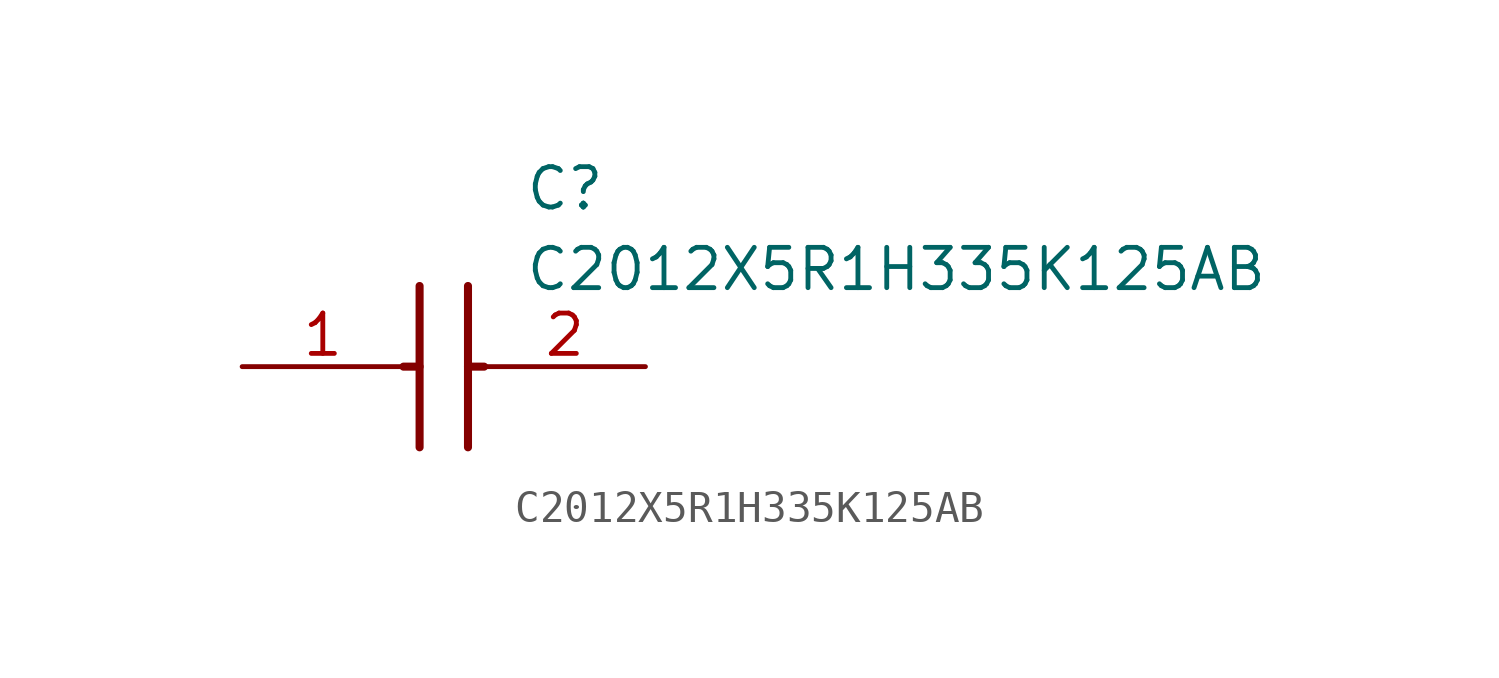
<source format=kicad_sym>
(kicad_symbol_lib
  (version 20211014)
  (generator SamacSys_ECAD_Model)
  (symbol "C2012X5R1H335K125AB"
    (pin_names hide)
    (property "Reference" "C"
      (at 8.89 6.35 0)
      (effects (font (size 1.27 1.27)) (justify left top)))
    (property "Value" "C2012X5R1H335K125AB"
      (at 8.89 3.81 0)
      (effects (font (size 1.27 1.27)) (justify left top)))
    (polyline
      (pts (xy 5.588 2.54) (xy 5.588 -2.54))
      (stroke (width 0.254) (type default))
      (fill (type none)))
    (polyline
      (pts (xy 7.112 2.54) (xy 7.112 -2.54))
      (stroke (width 0.254) (type default))
      (fill (type none)))
    (polyline
      (pts (xy 5.08 0) (xy 5.588 0))
      (stroke (width 0.254) (type default))
      (fill (type none)))
    (polyline
      (pts (xy 7.112 0) (xy 7.62 0))
      (stroke (width 0.254) (type default))
      (fill (type none)))
    (pin passive line
      (at 0 0 0)
      (length 5.08)
      (name "1" (effects (font (size 1.27 1.27))))
      (number "1" (effects (font (size 1.27 1.27)))))
    (pin passive line
      (at 12.7 0 180)
      (length 5.08)
      (name "2" (effects (font (size 1.27 1.27))))
      (number "2" (effects (font (size 1.27 1.27)))))))
</source>
